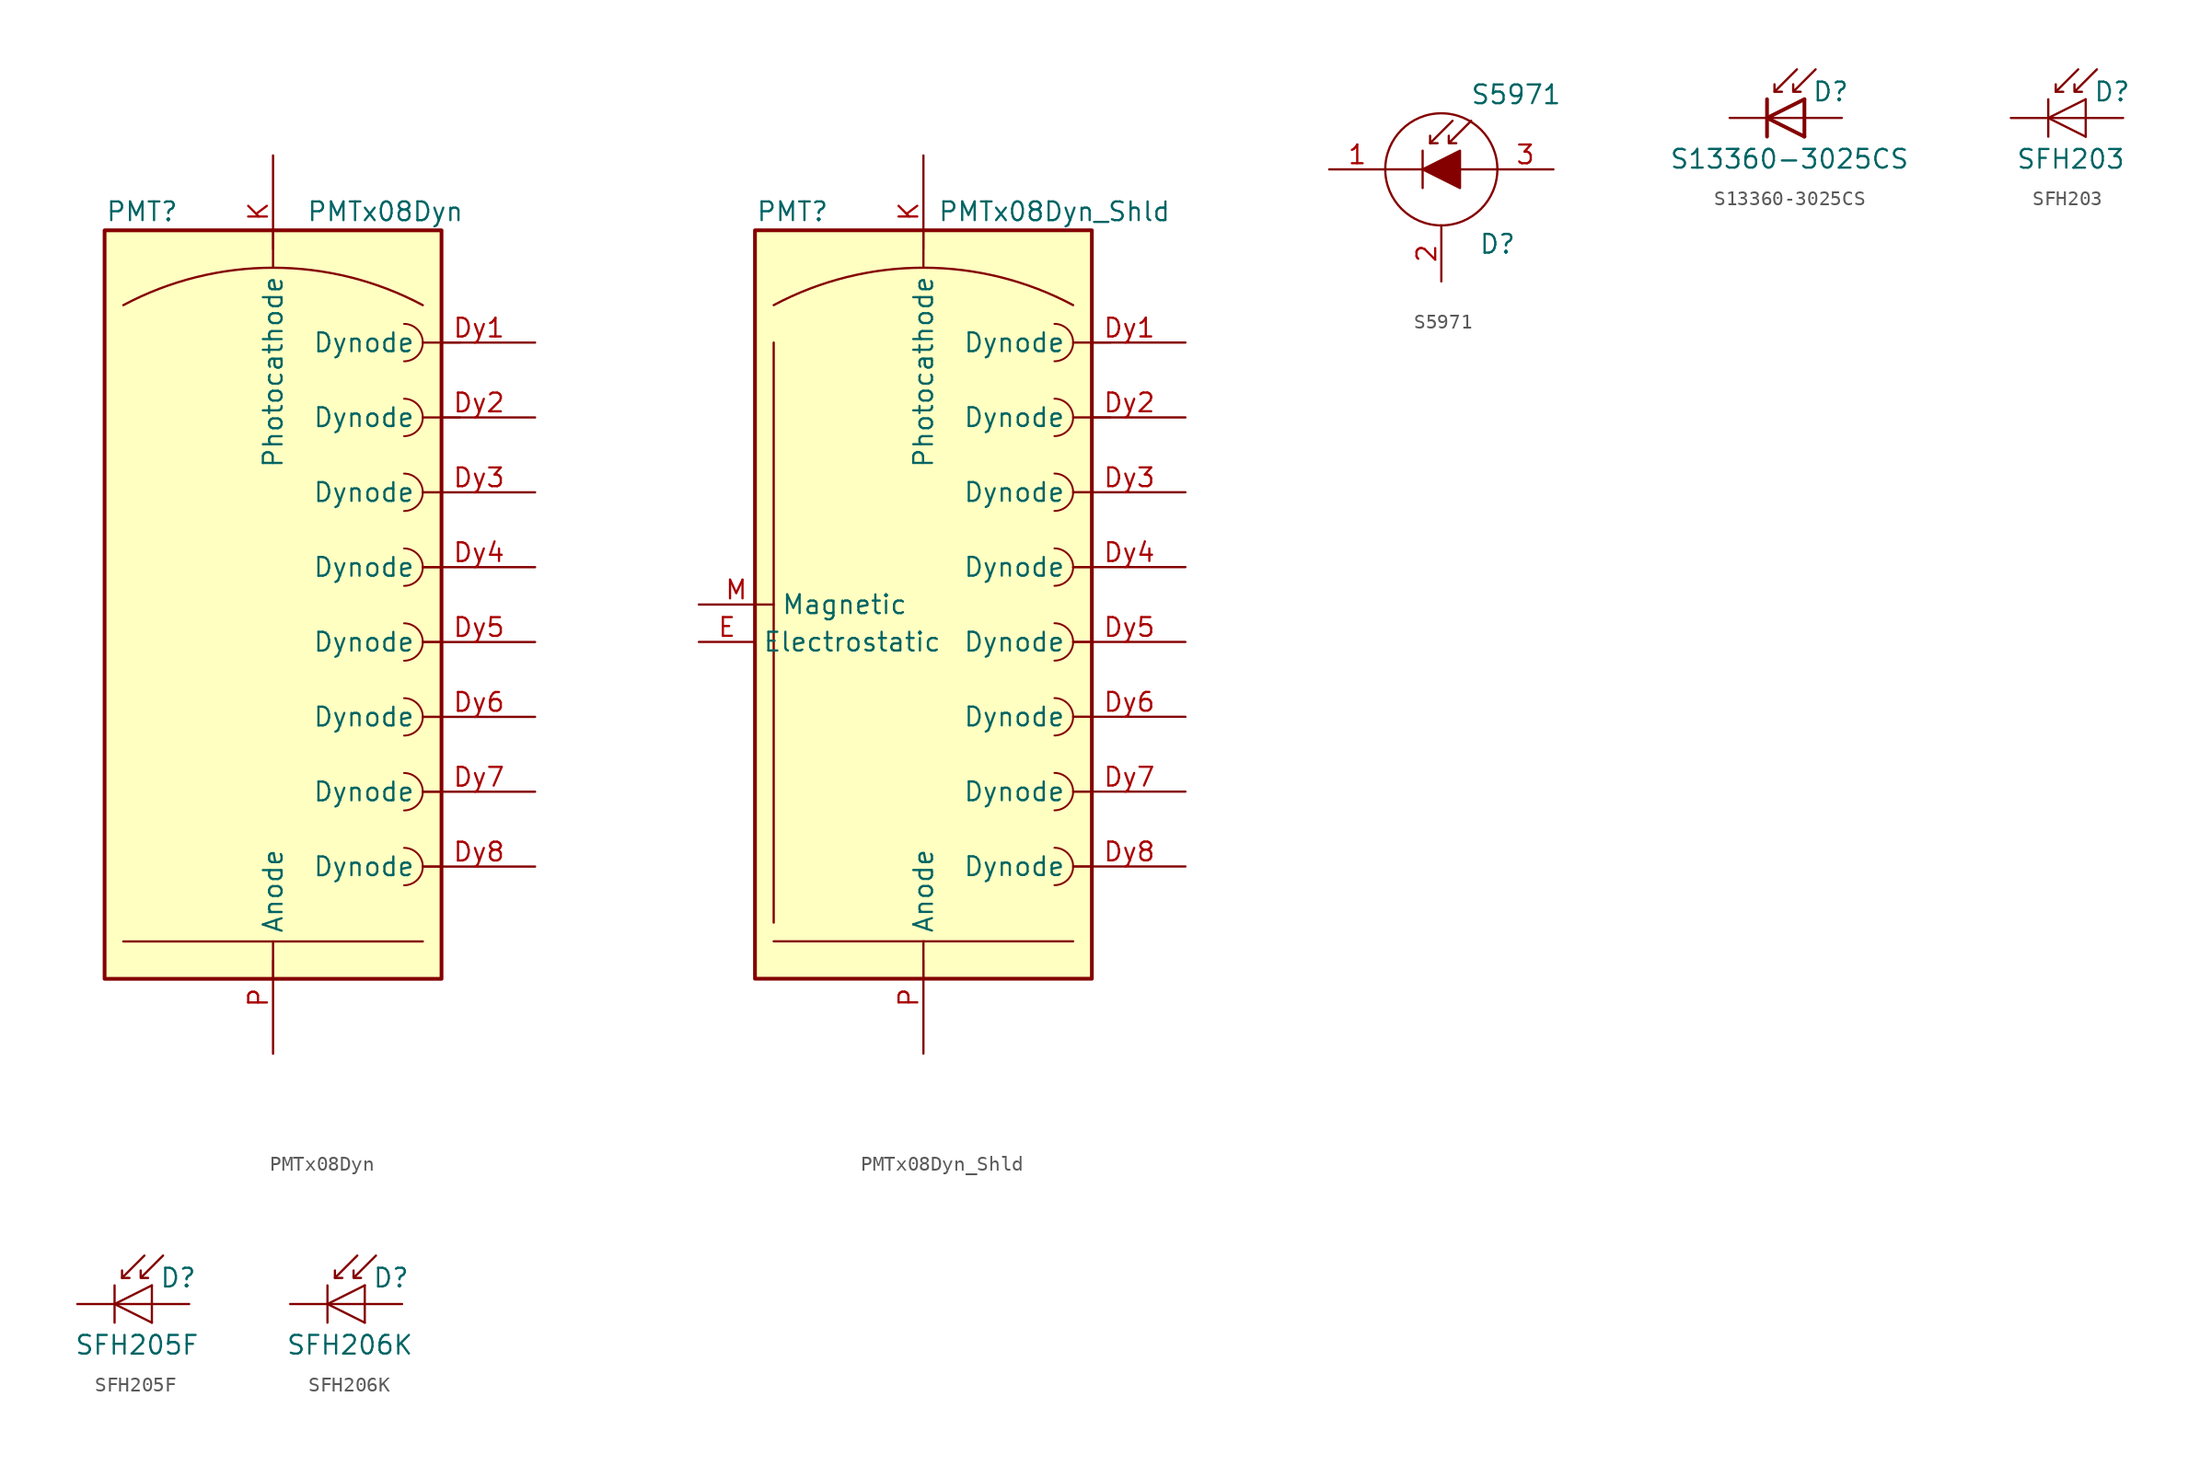
<source format=kicad_sym>
(kicad_symbol_lib
  (version 20241209)
  (generator "kicad_symbol_editor")
  (generator_version "9.0")
  (symbol "PMTx08Dyn"
    (property "Reference" "PMT"
      (at -8.89 26.67 0)
      (effects (font (size 1.27 1.27))))
    (property "Value" "PMTx08Dyn"
      (at 7.62 26.67 0)
      (effects (font (size 1.27 1.27))))
    (symbol "PMTx08Dyn_0_1"
      (polyline (pts (xy 0 25.4) (xy 0 24.13)) (stroke (width 0.127) (type default)) (fill (type none)))
      (arc (start -10.16 20.32) (mid 0 22.86) (end 10.16 20.32) (stroke (width 0) (type default)) (fill (type none)))
      (polyline (pts (xy 0 -25.4) (xy 0 -24.13)) (stroke (width 0.127) (type default)) (fill (type none)))
      (arc (start 8.89 19.05) (mid 10.154 17.78) (end 8.89 16.51) (stroke (width 0.127) (type default)) (fill (type none)))
      (arc (start 8.89 13.97) (mid 10.154 12.7) (end 8.89 11.43) (stroke (width 0.127) (type default)) (fill (type none)))
      (arc (start 8.89 8.89) (mid 10.154 7.62) (end 8.89 6.35) (stroke (width 0.127) (type default)) (fill (type none)))
      (arc (start 8.89 3.81) (mid 10.154 2.54) (end 8.89 1.27) (stroke (width 0.127) (type default)) (fill (type none)))
      (arc (start 8.89 -1.27) (mid 10.154 -2.54) (end 8.89 -3.81) (stroke (width 0.127) (type default)) (fill (type none)))
      (arc (start 8.89 -6.35) (mid 10.154 -7.62) (end 8.89 -8.89) (stroke (width 0.127) (type default)) (fill (type none)))
      (arc (start 8.89 -11.43) (mid 10.154 -12.7) (end 8.89 -13.97) (stroke (width 0.127) (type default)) (fill (type none)))
      (arc (start 8.89 -16.51) (mid 10.154 -17.78) (end 8.89 -19.05) (stroke (width 0.127) (type default)) (fill (type none)))
      (polyline (pts (xy 10.16 -22.86) (xy -10.16 -22.86)) (stroke (width 0) (type default)) (fill (type none)))
      (polyline (pts (xy 11.43 7.62) (xy 10.16 7.62)) (stroke (width 0.127) (type default)) (fill (type none)))
      (polyline (pts (xy 11.43 2.54) (xy 10.16 2.54)) (stroke (width 0.127) (type default)) (fill (type none)))
      (polyline (pts (xy 11.43 -2.54) (xy 10.16 -2.54)) (stroke (width 0.127) (type default)) (fill (type none)))
      (polyline (pts (xy 11.43 -7.62) (xy 10.16 -7.62)) (stroke (width 0.127) (type default)) (fill (type none)))
      (polyline (pts (xy 11.43 -12.7) (xy 10.16 -12.7)) (stroke (width 0.127) (type default)) (fill (type none)))
      (polyline (pts (xy 11.43 -17.78) (xy 10.16 -17.78)) (stroke (width 0.127) (type default)) (fill (type none)))
      (rectangle (start 11.43 -25.4) (end -11.43 25.4) (stroke (width 0.254) (type default)) (fill (type background)))
      (polyline (pts (xy 12.7 17.78) (xy 11.43 17.78)) (stroke (width 0.127) (type default)) (fill (type none)))
      (polyline (pts (xy 12.7 12.7) (xy 11.43 12.7)) (stroke (width 0.127) (type default)) (fill (type none))))
    (symbol "PMTx08Dyn_1_1"
      (pin passive line (at 0 30.48 270) (length 7.62) (name "Photocathode" (effects (font (size 1.27 1.27)))) (number "K" (effects (font (size 1.27 1.27)))))
      (pin passive line (at 0 -30.48 90) (length 7.62) (name "Anode" (effects (font (size 1.27 1.27)))) (number "P" (effects (font (size 1.27 1.27)))))
      (pin passive line (at 17.78 17.78 180) (length 7.62) (name "Dynode" (effects (font (size 1.27 1.27)))) (number "Dy1" (effects (font (size 1.27 1.27)))))
      (pin passive line (at 17.78 12.7 180) (length 7.62) (name "Dynode" (effects (font (size 1.27 1.27)))) (number "Dy2" (effects (font (size 1.27 1.27)))))
      (pin passive line (at 17.78 7.62 180) (length 7.62) (name "Dynode" (effects (font (size 1.27 1.27)))) (number "Dy3" (effects (font (size 1.27 1.27)))))
      (pin passive line (at 17.78 2.54 180) (length 7.62) (name "Dynode" (effects (font (size 1.27 1.27)))) (number "Dy4" (effects (font (size 1.27 1.27)))))
      (pin passive line (at 17.78 -2.54 180) (length 7.62) (name "Dynode" (effects (font (size 1.27 1.27)))) (number "Dy5" (effects (font (size 1.27 1.27)))))
      (pin passive line (at 17.78 -7.62 180) (length 7.62) (name "Dynode" (effects (font (size 1.27 1.27)))) (number "Dy6" (effects (font (size 1.27 1.27)))))
      (pin passive line (at 17.78 -12.7 180) (length 7.62) (name "Dynode" (effects (font (size 1.27 1.27)))) (number "Dy7" (effects (font (size 1.27 1.27)))))
      (pin passive line (at 17.78 -17.78 180) (length 7.62) (name "Dynode" (effects (font (size 1.27 1.27)))) (number "Dy8" (effects (font (size 1.27 1.27)))))))
  (symbol "PMTx08Dyn_Shld"
    (property "Reference" "PMT"
      (at -8.89 26.67 0)
      (effects (font (size 1.27 1.27))))
    (property "Value" "PMTx08Dyn_Shld"
      (at 8.89 26.67 0)
      (effects (font (size 1.27 1.27))))
    (symbol "PMTx08Dyn_Shld_0_1"
      (polyline (pts (xy -10.16 17.78) (xy -10.16 -21.59)) (stroke (width 0) (type default)) (fill (type none)))
      (polyline (pts (xy 0 25.4) (xy 0 24.13)) (stroke (width 0.127) (type default)) (fill (type none)))
      (arc (start -10.16 20.32) (mid 0 22.86) (end 10.16 20.32) (stroke (width 0) (type default)) (fill (type none)))
      (polyline (pts (xy 0 -25.4) (xy 0 -24.13)) (stroke (width 0.127) (type default)) (fill (type none)))
      (arc (start 8.89 19.05) (mid 10.154 17.78) (end 8.89 16.51) (stroke (width 0.127) (type default)) (fill (type none)))
      (arc (start 8.89 13.97) (mid 10.154 12.7) (end 8.89 11.43) (stroke (width 0.127) (type default)) (fill (type none)))
      (arc (start 8.89 8.89) (mid 10.154 7.62) (end 8.89 6.35) (stroke (width 0.127) (type default)) (fill (type none)))
      (arc (start 8.89 3.81) (mid 10.154 2.54) (end 8.89 1.27) (stroke (width 0.127) (type default)) (fill (type none)))
      (arc (start 8.89 -1.27) (mid 10.154 -2.54) (end 8.89 -3.81) (stroke (width 0.127) (type default)) (fill (type none)))
      (arc (start 8.89 -6.35) (mid 10.154 -7.62) (end 8.89 -8.89) (stroke (width 0.127) (type default)) (fill (type none)))
      (arc (start 8.89 -11.43) (mid 10.154 -12.7) (end 8.89 -13.97) (stroke (width 0.127) (type default)) (fill (type none)))
      (arc (start 8.89 -16.51) (mid 10.154 -17.78) (end 8.89 -19.05) (stroke (width 0.127) (type default)) (fill (type none)))
      (polyline (pts (xy 10.16 -22.86) (xy -10.16 -22.86)) (stroke (width 0) (type default)) (fill (type none)))
      (polyline (pts (xy 11.43 7.62) (xy 10.16 7.62)) (stroke (width 0.127) (type default)) (fill (type none)))
      (polyline (pts (xy 11.43 2.54) (xy 10.16 2.54)) (stroke (width 0.127) (type default)) (fill (type none)))
      (polyline (pts (xy 11.43 -2.54) (xy 10.16 -2.54)) (stroke (width 0.127) (type default)) (fill (type none)))
      (polyline (pts (xy 11.43 -7.62) (xy 10.16 -7.62)) (stroke (width 0.127) (type default)) (fill (type none)))
      (polyline (pts (xy 11.43 -12.7) (xy 10.16 -12.7)) (stroke (width 0.127) (type default)) (fill (type none)))
      (polyline (pts (xy 11.43 -17.78) (xy 10.16 -17.78)) (stroke (width 0.127) (type default)) (fill (type none)))
      (rectangle (start 11.43 -25.4) (end -11.43 25.4) (stroke (width 0.254) (type default)) (fill (type background)))
      (polyline (pts (xy 12.7 17.78) (xy 11.43 17.78)) (stroke (width 0.127) (type default)) (fill (type none)))
      (polyline (pts (xy 12.7 12.7) (xy 11.43 12.7)) (stroke (width 0.127) (type default)) (fill (type none))))
    (symbol "PMTx08Dyn_Shld_1_1"
      (pin passive line (at -15.24 0 0) (length 5.08) (name "Magnetic" (effects (font (size 1.27 1.27)))) (number "M" (effects (font (size 1.27 1.27)))))
      (pin passive line (at -15.24 -2.54 0) (length 3.81) (name "Electrostatic" (effects (font (size 1.27 1.27)))) (number "E" (effects (font (size 1.27 1.27)))))
      (pin passive line (at 0 30.48 270) (length 7.62) (name "Photocathode" (effects (font (size 1.27 1.27)))) (number "K" (effects (font (size 1.27 1.27)))))
      (pin passive line (at 0 -30.48 90) (length 7.62) (name "Anode" (effects (font (size 1.27 1.27)))) (number "P" (effects (font (size 1.27 1.27)))))
      (pin passive line (at 17.78 17.78 180) (length 7.62) (name "Dynode" (effects (font (size 1.27 1.27)))) (number "Dy1" (effects (font (size 1.27 1.27)))))
      (pin passive line (at 17.78 12.7 180) (length 7.62) (name "Dynode" (effects (font (size 1.27 1.27)))) (number "Dy2" (effects (font (size 1.27 1.27)))))
      (pin passive line (at 17.78 7.62 180) (length 7.62) (name "Dynode" (effects (font (size 1.27 1.27)))) (number "Dy3" (effects (font (size 1.27 1.27)))))
      (pin passive line (at 17.78 2.54 180) (length 7.62) (name "Dynode" (effects (font (size 1.27 1.27)))) (number "Dy4" (effects (font (size 1.27 1.27)))))
      (pin passive line (at 17.78 -2.54 180) (length 7.62) (name "Dynode" (effects (font (size 1.27 1.27)))) (number "Dy5" (effects (font (size 1.27 1.27)))))
      (pin passive line (at 17.78 -7.62 180) (length 7.62) (name "Dynode" (effects (font (size 1.27 1.27)))) (number "Dy6" (effects (font (size 1.27 1.27)))))
      (pin passive line (at 17.78 -12.7 180) (length 7.62) (name "Dynode" (effects (font (size 1.27 1.27)))) (number "Dy7" (effects (font (size 1.27 1.27)))))
      (pin passive line (at 17.78 -17.78 180) (length 7.62) (name "Dynode" (effects (font (size 1.27 1.27)))) (number "Dy8" (effects (font (size 1.27 1.27)))))))
  (symbol "S5971"
    (pin_names
      (offset 0.254)
      (hide yes))
    (property "Reference" "D"
      (at 2.54 -5.08 0)
      (effects (font (size 1.27 1.27)) (justify left)))
    (property "Value" "S5971"
      (at 5.08 5.08 0)
      (effects (font (size 1.27 1.27))))
    (symbol "S5971_0_0"
      (pin passive line (at 0 -7.62 90) (length 3.81) (name "C" (effects (font (size 1.27 1.27)))) (number "2" (effects (font (size 1.27 1.27))))))
    (symbol "S5971_0_1"
      (polyline (pts (xy -1.27 1.27) (xy -1.27 -1.27)) (stroke (width 0.152) (type default)) (fill (type none)))
      (polyline (pts (xy -1.27 0) (xy -3.81 0)) (stroke (width 0) (type default)) (fill (type none)))
      (polyline (pts (xy -1.27 0) (xy 1.27 1.27) (xy 1.27 -1.27) (xy -1.27 0)) (stroke (width 0) (type default)) (fill (type outline)))
      (polyline (pts (xy -0.762 1.778) (xy -0.254 1.778)) (stroke (width 0) (type default)) (fill (type none)))
      (circle (center 0 0) (radius 3.81) (stroke (width 0) (type default)) (fill (type none)))
      (polyline (pts (xy 0.762 3.302) (xy -0.762 1.778) (xy -0.762 2.286)) (stroke (width 0) (type default)) (fill (type none)))
      (polyline (pts (xy 2.032 3.302) (xy 0.508 1.778) (xy 0.508 2.286) (xy 0.508 1.778) (xy 1.016 1.778)) (stroke (width 0) (type default)) (fill (type none)))
      (polyline (pts (xy 3.81 0) (xy 1.27 0)) (stroke (width 0) (type default)) (fill (type none))))
    (symbol "S5971_1_1"
      (pin passive line (at -7.62 0 0) (length 3.81) (name "K" (effects (font (size 1.27 1.27)))) (number "1" (effects (font (size 1.27 1.27)))))
      (pin passive line (at 7.62 0 180) (length 3.81) (name "A" (effects (font (size 1.27 1.27)))) (number "3" (effects (font (size 1.27 1.27)))))))
  (symbol "S13360-3025CS"
    (pin_numbers
      (hide yes))
    (pin_names
      (hide yes))
    (property "Reference" "D"
      (at 1.778 1.778 0)
      (effects (font (size 1.27 1.27)) (justify left)))
    (property "Value" "S13360-3025CS"
      (at 0.254 -2.794 0)
      (effects (font (size 1.27 1.27))))
    (symbol "S13360-3025CS_0_1"
      (polyline (pts (xy -1.27 1.27) (xy -1.27 -1.27)) (stroke (width 0.254) (type default)) (fill (type none)))
      (polyline (pts (xy -1.27 0) (xy 1.27 0)) (stroke (width 0) (type default)) (fill (type none)))
      (polyline (pts (xy -0.762 1.778) (xy -0.254 1.778)) (stroke (width 0) (type default)) (fill (type none)))
      (polyline (pts (xy 0.762 3.302) (xy -0.762 1.778) (xy -0.762 2.286)) (stroke (width 0) (type default)) (fill (type none)))
      (polyline (pts (xy 1.27 1.27) (xy 1.27 -1.27)) (stroke (width 0.254) (type default)) (fill (type none)))
      (polyline (pts (xy 1.27 1.27) (xy -1.27 0) (xy 1.27 -1.27)) (stroke (width 0.254) (type default)) (fill (type none)))
      (polyline (pts (xy 2.032 3.302) (xy 0.508 1.778) (xy 0.508 2.286) (xy 0.508 1.778) (xy 1.016 1.778)) (stroke (width 0) (type default)) (fill (type none))))
    (symbol "S13360-3025CS_1_1"
      (pin passive line (at -3.81 0 0) (length 2.54) (name "K" (effects (font (size 1.27 1.27)))) (number "2" (effects (font (size 1.27 1.27)))))
      (pin passive line (at 3.81 0 180) (length 2.54) (name "A" (effects (font (size 1.27 1.27)))) (number "1" (effects (font (size 1.27 1.27)))))))
  (symbol "SFH203"
    (pin_numbers
      (hide yes))
    (pin_names
      (hide yes))
    (property "Reference" "D"
      (at 0.508 1.778 0)
      (effects (font (size 1.27 1.27)) (justify left)))
    (property "Value" "SFH203"
      (at -1.016 -2.794 0)
      (effects (font (size 1.27 1.27))))
    (symbol "SFH203_0_1"
      (polyline (pts (xy -2.54 1.27) (xy -2.54 -1.27)) (stroke (width 0.152) (type default)) (fill (type none)))
      (polyline (pts (xy -2.54 0) (xy 0 0)) (stroke (width 0) (type default)) (fill (type none)))
      (polyline (pts (xy -2.032 1.778) (xy -1.524 1.778)) (stroke (width 0) (type default)) (fill (type none)))
      (polyline (pts (xy -0.508 3.302) (xy -2.032 1.778) (xy -2.032 2.286)) (stroke (width 0) (type default)) (fill (type none)))
      (polyline (pts (xy 0 1.27) (xy -2.54 0) (xy 0 -1.27)) (stroke (width 0) (type default)) (fill (type none)))
      (polyline (pts (xy 0 -1.27) (xy 0 1.27)) (stroke (width 0) (type default)) (fill (type none)))
      (polyline (pts (xy 0.762 3.302) (xy -0.762 1.778) (xy -0.762 2.286) (xy -0.762 1.778) (xy -0.254 1.778)) (stroke (width 0) (type default)) (fill (type none))))
    (symbol "SFH203_1_1"
      (pin passive line (at -5.08 0 0) (length 2.54) (name "K" (effects (font (size 1.27 1.27)))) (number "1" (effects (font (size 1.27 1.27)))))
      (pin passive line (at 2.54 0 180) (length 2.54) (name "A" (effects (font (size 1.27 1.27)))) (number "2" (effects (font (size 1.27 1.27)))))))
  (symbol "SFH205F"
    (pin_numbers
      (hide yes))
    (pin_names
      (offset 1.016)
      (hide yes))
    (property "Reference" "D"
      (at 0.508 1.778 0)
      (effects (font (size 1.27 1.27)) (justify left)))
    (property "Value" "SFH205F"
      (at -1.016 -2.794 0)
      (effects (font (size 1.27 1.27))))
    (symbol "SFH205F_0_1"
      (polyline (pts (xy -2.54 1.27) (xy -2.54 -1.27)) (stroke (width 0.152) (type default)) (fill (type none)))
      (polyline (pts (xy -2.032 1.778) (xy -1.524 1.778)) (stroke (width 0) (type default)) (fill (type none)))
      (polyline (pts (xy -0.508 3.302) (xy -2.032 1.778) (xy -2.032 2.286)) (stroke (width 0) (type default)) (fill (type none)))
      (polyline (pts (xy 0 1.27) (xy 0 -1.27)) (stroke (width 0) (type default)) (fill (type none)))
      (polyline (pts (xy 0 1.27) (xy -2.54 0) (xy 0 -1.27)) (stroke (width 0) (type default)) (fill (type none)))
      (polyline (pts (xy 0 0) (xy -2.54 0)) (stroke (width 0) (type default)) (fill (type none)))
      (polyline (pts (xy 0.762 3.302) (xy -0.762 1.778) (xy -0.762 2.286) (xy -0.762 1.778) (xy -0.254 1.778)) (stroke (width 0) (type default)) (fill (type none))))
    (symbol "SFH205F_1_1"
      (pin passive line (at -5.08 0 0) (length 2.54) (name "K" (effects (font (size 1.27 1.27)))) (number "1" (effects (font (size 1.27 1.27)))))
      (pin passive line (at 2.54 0 180) (length 2.54) (name "A" (effects (font (size 1.27 1.27)))) (number "2" (effects (font (size 1.27 1.27)))))))
  (symbol "SFH206K"
    (pin_numbers
      (hide yes))
    (pin_names
      (hide yes))
    (property "Reference" "D"
      (at 0.508 1.778 0)
      (effects (font (size 1.27 1.27)) (justify left)))
    (property "Value" "SFH206K"
      (at -1.016 -2.794 0)
      (effects (font (size 1.27 1.27))))
    (symbol "SFH206K_0_1"
      (polyline (pts (xy -2.54 1.27) (xy -2.54 -1.27)) (stroke (width 0.152) (type default)) (fill (type none)))
      (polyline (pts (xy -2.032 1.778) (xy -1.524 1.778)) (stroke (width 0) (type default)) (fill (type none)))
      (polyline (pts (xy -0.508 3.302) (xy -2.032 1.778) (xy -2.032 2.286)) (stroke (width 0) (type default)) (fill (type none)))
      (polyline (pts (xy 0 1.27) (xy -2.54 0) (xy 0 -1.27)) (stroke (width 0) (type default)) (fill (type none)))
      (polyline (pts (xy 0 0) (xy -2.54 0)) (stroke (width 0) (type default)) (fill (type none)))
      (polyline (pts (xy 0 -1.27) (xy 0 1.27)) (stroke (width 0) (type default)) (fill (type none)))
      (polyline (pts (xy 0.762 3.302) (xy -0.762 1.778) (xy -0.762 2.286) (xy -0.762 1.778) (xy -0.254 1.778)) (stroke (width 0) (type default)) (fill (type none))))
    (symbol "SFH206K_1_1"
      (pin passive line (at -5.08 0 0) (length 2.54) (name "K" (effects (font (size 1.27 1.27)))) (number "1" (effects (font (size 1.27 1.27)))))
      (pin passive line (at 2.54 0 180) (length 2.54) (name "A" (effects (font (size 1.27 1.27)))) (number "2" (effects (font (size 1.27 1.27))))))))
</source>
